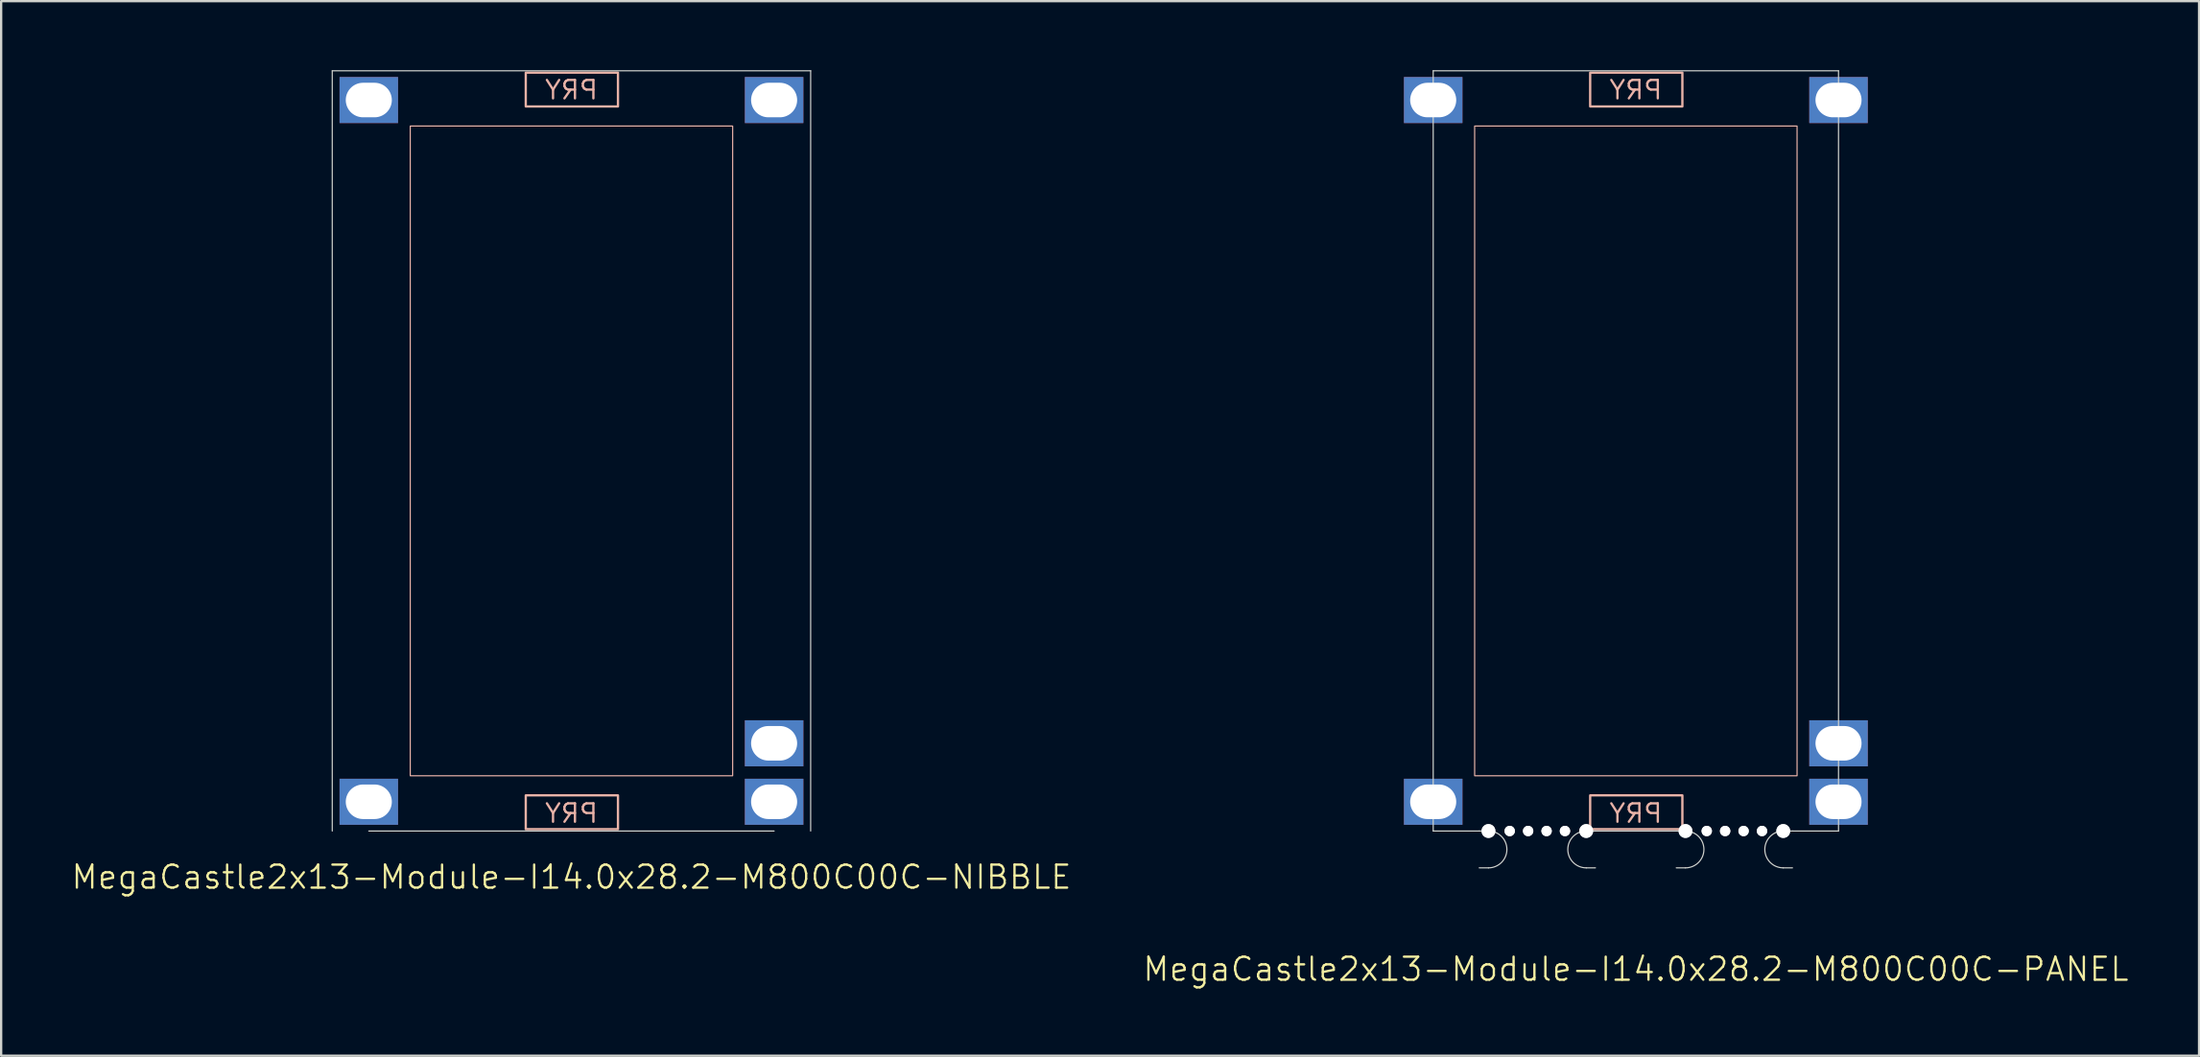
<source format=kicad_pcb>
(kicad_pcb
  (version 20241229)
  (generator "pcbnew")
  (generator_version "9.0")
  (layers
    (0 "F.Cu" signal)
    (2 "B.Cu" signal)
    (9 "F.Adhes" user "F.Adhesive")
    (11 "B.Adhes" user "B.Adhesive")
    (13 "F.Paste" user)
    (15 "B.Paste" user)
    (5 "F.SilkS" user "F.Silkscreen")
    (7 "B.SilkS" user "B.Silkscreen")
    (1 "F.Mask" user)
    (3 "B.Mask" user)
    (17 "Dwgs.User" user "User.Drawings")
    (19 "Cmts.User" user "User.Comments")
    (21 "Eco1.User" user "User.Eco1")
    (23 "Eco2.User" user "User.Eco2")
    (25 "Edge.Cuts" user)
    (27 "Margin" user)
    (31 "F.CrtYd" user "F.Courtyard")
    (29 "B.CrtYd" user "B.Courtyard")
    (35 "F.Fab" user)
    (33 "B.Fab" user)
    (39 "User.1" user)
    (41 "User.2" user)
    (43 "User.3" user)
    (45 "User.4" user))
  (footprint "MegaCastle2x13-Module-I14.0x28.2-M800C00C-PANEL"
    (layer "F.Cu")
    (at 67.983 16.535)
    (property "Reference" "MegaCastle2x13-Module-I14.0x28.2-M800C00C-PANEL" (at 0 22.51 0) (unlocked yes) (layer "F.SilkS") (effects (font (size 1 1) (thickness 0.1))))
    (attr smd)
    (fp_rect (start -7 14.11) (end 7 -14.11) (stroke (width 0.05) (type default)) (fill no) (layer "B.SilkS"))
    (fp_rect (start -1.984 -14.961) (end 2.02 -16.43) (stroke (width 0.1) (type default)) (fill no) (layer "B.SilkS"))
    (fp_rect (start -1.984 14.961) (end 2.02 16.43) (stroke (width 0.1) (type default)) (fill no) (layer "B.SilkS"))
    (fp_line (start -8.8 -16.51) (end -8.8 16.51) (stroke (width 0.05) (type default)) (layer "Edge.Cuts"))
    (fp_line (start -8.8 -16.51) (end 8.8 -16.51) (stroke (width 0.05) (type default)) (layer "Edge.Cuts"))
    (fp_line (start -8.8 16.51) (end -6.8 16.51) (stroke (width 0.05) (type default)) (layer "Edge.Cuts"))
    (fp_line (start -6.8 16.51) (end -6.4 16.51) (stroke (width 0.05) (type default)) (layer "Edge.Cuts"))
    (fp_line (start -6.8 18.11) (end -6.4 18.11) (stroke (width 0.05) (type default)) (layer "Edge.Cuts"))
    (fp_line (start -1.755 16.51) (end -2.155 16.51) (stroke (width 0.05) (type default)) (layer "Edge.Cuts"))
    (fp_line (start -1.755 16.51) (end 1.755 16.51) (stroke (width 0.05) (type default)) (layer "Edge.Cuts"))
    (fp_line (start -1.755 18.11) (end -2.155 18.11) (stroke (width 0.05) (type default)) (layer "Edge.Cuts"))
    (fp_line (start 1.755 16.51) (end 2.155 16.51) (stroke (width 0.05) (type default)) (layer "Edge.Cuts"))
    (fp_line (start 1.755 18.11) (end 2.155 18.11) (stroke (width 0.05) (type default)) (layer "Edge.Cuts"))
    (fp_line (start 6.8 16.51) (end 6.4 16.51) (stroke (width 0.05) (type default)) (layer "Edge.Cuts"))
    (fp_line (start 6.8 16.51) (end 8.8 16.51) (stroke (width 0.05) (type default)) (layer "Edge.Cuts"))
    (fp_line (start 6.8 18.11) (end 6.4 18.11) (stroke (width 0.05) (type default)) (layer "Edge.Cuts"))
    (fp_line (start 8.8 -16.51) (end 8.8 16.51) (stroke (width 0.05) (type default)) (layer "Edge.Cuts"))
    (fp_arc (start -6.4 16.51) (mid -5.6 17.309999) (end -6.4 18.110001) (stroke (width 0.05) (type default)) (layer "Edge.Cuts"))
    (fp_arc (start -2.155 18.110001) (mid -2.955 17.310001) (end -2.155 16.51) (stroke (width 0.05) (type default)) (layer "Edge.Cuts"))
    (fp_arc (start 2.155 16.51) (mid 2.955 17.309999) (end 2.155 18.110001) (stroke (width 0.05) (type default)) (layer "Edge.Cuts"))
    (fp_arc (start 6.400001 18.110001) (mid 5.599999 17.31) (end 6.400001 16.51) (stroke (width 0.05) (type default)) (layer "Edge.Cuts"))
    (fp_text user "PRY" (at 0 -15.21 0) (unlocked yes) (layer "B.SilkS") (effects (font (size 0.8 0.8) (thickness 0.1)) (justify bottom mirror)))
    (fp_text user "PRY" (at 0 16.21 0) (unlocked yes) (layer "B.SilkS") (effects (font (size 0.8 0.8) (thickness 0.1)) (justify bottom mirror)))
    (pad "" np_thru_hole circle (at -6.4 16.51) (size 0.6 0.6) (drill 0.6) (layers "*.Cu" "Edge.Cuts"))
    (pad "" np_thru_hole circle (at -5.478 16.51) (size 0.45 0.45) (drill 0.45) (layers "*.Cu" "Edge.Cuts"))
    (pad "" np_thru_hole circle (at -4.678 16.51) (size 0.45 0.45) (drill 0.45) (layers "*.Cu" "Edge.Cuts"))
    (pad "" np_thru_hole circle (at -3.877 16.51) (size 0.45 0.45) (drill 0.45) (layers "*.Cu" "Edge.Cuts"))
    (pad "" np_thru_hole circle (at -3.078 16.51) (size 0.45 0.45) (drill 0.45) (layers "*.Cu" "Edge.Cuts"))
    (pad "" np_thru_hole circle (at -2.155 16.51) (size 0.6 0.6) (drill 0.6) (layers "*.Cu" "Edge.Cuts"))
    (pad "" np_thru_hole circle (at 2.155 16.51) (size 0.6 0.6) (drill 0.6) (layers "*.Cu" "Edge.Cuts"))
    (pad "" np_thru_hole circle (at 3.078 16.51) (size 0.45 0.45) (drill 0.45) (layers "*.Cu" "Edge.Cuts"))
    (pad "" np_thru_hole circle (at 3.877 16.51) (size 0.45 0.45) (drill 0.45) (layers "*.Cu" "Edge.Cuts"))
    (pad "" np_thru_hole circle (at 4.678 16.51) (size 0.45 0.45) (drill 0.45) (layers "*.Cu" "Edge.Cuts"))
    (pad "" np_thru_hole circle (at 5.478 16.51) (size 0.45 0.45) (drill 0.45) (layers "*.Cu" "Edge.Cuts"))
    (pad "" np_thru_hole circle (at 6.4 16.51) (size 0.6 0.6) (drill 0.6) (layers "*.Cu" "Edge.Cuts"))
    (pad "1" thru_hole rect (at -8.8 -15.24) (size 2.54 2) (drill oval 2 1.5) (property pad_prop_castellated) (layers "*.Cu" "*.Mask"))
    (pad "13" thru_hole rect (at -8.8 15.24) (size 2.54 2) (drill oval 2 1.5) (property pad_prop_castellated) (layers "*.Cu" "*.Mask"))
    (pad "14" thru_hole rect (at 8.8 -15.24) (size 2.54 2) (drill oval 2 1.5) (property pad_prop_castellated) (layers "*.Cu" "*.Mask"))
    (pad "25" thru_hole rect (at 8.8 12.7) (size 2.54 2) (drill oval 2 1.5) (property pad_prop_castellated) (layers "*.Cu" "*.Mask"))
    (pad "26" thru_hole rect (at 8.8 15.24) (size 2.54 2) (drill oval 2 1.5) (property pad_prop_castellated) (layers "*.Cu" "*.Mask"))
    (zone (net_name "") (layer "B.Cu") (hatch edge 0.5) (connect_pads) (min_thickness 0.25) (filled_areas_thickness no) (keepout (tracks allowed) (vias allowed) (pads allowed) (copperpour allowed) (footprints not_allowed)) (placement (enabled no)) (fill) (polygon (pts (xy 59.183 33.045) (xy 59.183 0.025) (xy 60.983 0.025) (xy 60.983 33.045))))
    (zone (net_name "") (layer "B.Cu") (hatch edge 0.5) (connect_pads) (min_thickness 0.25) (filled_areas_thickness no) (keepout (tracks allowed) (vias allowed) (pads allowed) (copperpour allowed) (footprints not_allowed)) (placement (enabled no)) (fill) (polygon (pts (xy 60.983 0.025) (xy 60.983 2.425) (xy 74.983 2.425) (xy 74.983 0.025))))
    (zone (net_name "") (layer "B.Cu") (hatch edge 0.5) (connect_pads) (min_thickness 0.25) (filled_areas_thickness no) (keepout (tracks allowed) (vias allowed) (pads allowed) (copperpour allowed) (footprints not_allowed)) (placement (enabled no)) (fill) (polygon (pts (xy 60.983 33.045) (xy 60.983 30.645) (xy 74.983 30.645) (xy 74.983 33.045))))
    (zone (net_name "") (layer "B.Cu") (name "Upper Pry Zone") (hatch edge 0.5) (connect_pads) (min_thickness 0.25) (filled_areas_thickness no) (keepout (tracks not_allowed) (vias not_allowed) (pads not_allowed) (copperpour allowed) (footprints not_allowed)) (placement (enabled no)) (fill) (polygon (pts (xy 65.999 1.574) (xy 65.999 0.105) (xy 70.003 0.105) (xy 70.003 1.574))))
    (zone (net_name "") (layer "B.Cu") (name "Upper Pry Zone") (hatch edge 0.5) (connect_pads) (min_thickness 0.25) (filled_areas_thickness no) (keepout (tracks not_allowed) (vias not_allowed) (pads not_allowed) (copperpour allowed) (footprints not_allowed)) (placement (enabled no)) (fill) (polygon (pts (xy 65.999 31.496) (xy 65.999 32.965) (xy 70.003 32.965) (xy 70.003 31.496))))
    (zone (net_name "") (layer "B.Cu") (hatch edge 0.5) (connect_pads) (min_thickness 0.25) (filled_areas_thickness no) (keepout (tracks allowed) (vias allowed) (pads allowed) (copperpour allowed) (footprints not_allowed)) (placement (enabled no)) (fill) (polygon (pts (xy 76.783 33.045) (xy 76.783 0.025) (xy 74.983 0.025) (xy 74.983 33.045)))))
  (footprint "MegaCastle2x13-Module-I14.0x28.2-M800C00C-NIBBLE"
    (layer "F.Cu")
    (at 21.764 16.535)
    (property "Reference" "MegaCastle2x13-Module-I14.0x28.2-M800C00C-NIBBLE" (at 0 18.51 0) (unlocked yes) (layer "F.SilkS") (effects (font (size 1 1) (thickness 0.1))))
    (attr smd)
    (fp_rect (start -7 14.11) (end 7 -14.11) (stroke (width 0.05) (type default)) (fill no) (layer "B.SilkS"))
    (fp_rect (start -1.984 -14.961) (end 2.02 -16.43) (stroke (width 0.1) (type default)) (fill no) (layer "B.SilkS"))
    (fp_rect (start -1.984 14.961) (end 2.02 16.43) (stroke (width 0.1) (type default)) (fill no) (layer "B.SilkS"))
    (fp_line (start -10.387 -16.51) (end -10.387 16.51) (stroke (width 0.05) (type default)) (layer "Edge.Cuts"))
    (fp_line (start -10.387 -16.51) (end 10.387 -16.51) (stroke (width 0.05) (type default)) (layer "Edge.Cuts"))
    (fp_line (start -8.8 16.51) (end 8.8 16.51) (stroke (width 0.05) (type default)) (layer "Edge.Cuts"))
    (fp_line (start 10.387 -16.51) (end 10.387 16.51) (stroke (width 0.05) (type default)) (layer "Edge.Cuts"))
    (fp_text user "PRY" (at 0 16.21 0) (unlocked yes) (layer "B.SilkS") (effects (font (size 0.8 0.8) (thickness 0.1)) (justify bottom mirror)))
    (fp_text user "PRY" (at 0 -15.21 0) (unlocked yes) (layer "B.SilkS") (effects (font (size 0.8 0.8) (thickness 0.1)) (justify bottom mirror)))
    (pad "1" thru_hole rect (at -8.8 -15.24) (size 2.54 2) (drill oval 2 1.5) (property pad_prop_castellated) (layers "*.Cu" "*.Mask"))
    (pad "13" thru_hole rect (at -8.8 15.24) (size 2.54 2) (drill oval 2 1.5) (property pad_prop_castellated) (layers "*.Cu" "*.Mask"))
    (pad "14" thru_hole rect (at 8.8 -15.24) (size 2.54 2) (drill oval 2 1.5) (property pad_prop_castellated) (layers "*.Cu" "*.Mask"))
    (pad "25" thru_hole rect (at 8.8 12.7) (size 2.54 2) (drill oval 2 1.5) (property pad_prop_castellated) (layers "*.Cu" "*.Mask"))
    (pad "26" thru_hole rect (at 8.8 15.24) (size 2.54 2) (drill oval 2 1.5) (property pad_prop_castellated) (layers "*.Cu" "*.Mask"))
    (zone (net_name "") (layer "B.Cu") (hatch edge 0.5) (connect_pads) (min_thickness 0.25) (filled_areas_thickness no) (keepout (tracks allowed) (vias allowed) (pads allowed) (copperpour allowed) (footprints not_allowed)) (placement (enabled no)) (fill) (polygon (pts (xy 12.964 33.045) (xy 12.964 0.025) (xy 14.764 0.025) (xy 14.764 33.045))))
    (zone (net_name "") (layer "B.Cu") (hatch edge 0.5) (connect_pads) (min_thickness 0.25) (filled_areas_thickness no) (keepout (tracks allowed) (vias allowed) (pads allowed) (copperpour allowed) (footprints not_allowed)) (placement (enabled no)) (fill) (polygon (pts (xy 14.764 0.025) (xy 14.764 2.425) (xy 28.764 2.425) (xy 28.764 0.025))))
    (zone (net_name "") (layer "B.Cu") (hatch edge 0.5) (connect_pads) (min_thickness 0.25) (filled_areas_thickness no) (keepout (tracks allowed) (vias allowed) (pads allowed) (copperpour allowed) (footprints not_allowed)) (placement (enabled no)) (fill) (polygon (pts (xy 14.764 33.045) (xy 14.764 30.645) (xy 28.764 30.645) (xy 28.764 33.045))))
    (zone (net_name "") (layer "B.Cu") (name "Upper Pry Zone") (hatch edge 0.5) (connect_pads) (min_thickness 0.25) (filled_areas_thickness no) (keepout (tracks not_allowed) (vias not_allowed) (pads not_allowed) (copperpour allowed) (footprints not_allowed)) (placement (enabled no)) (fill) (polygon (pts (xy 19.78 1.574) (xy 19.78 0.105) (xy 23.784 0.105) (xy 23.784 1.574))))
    (zone (net_name "") (layer "B.Cu") (name "Upper Pry Zone") (hatch edge 0.5) (connect_pads) (min_thickness 0.25) (filled_areas_thickness no) (keepout (tracks not_allowed) (vias not_allowed) (pads not_allowed) (copperpour allowed) (footprints not_allowed)) (placement (enabled no)) (fill) (polygon (pts (xy 19.78 31.496) (xy 19.78 32.965) (xy 23.784 32.965) (xy 23.784 31.496))))
    (zone (net_name "") (layer "B.Cu") (hatch edge 0.5) (connect_pads) (min_thickness 0.25) (filled_areas_thickness no) (keepout (tracks allowed) (vias allowed) (pads allowed) (copperpour allowed) (footprints not_allowed)) (placement (enabled no)) (fill) (polygon (pts (xy 30.564 33.045) (xy 30.564 0.025) (xy 28.764 0.025) (xy 28.764 33.045)))))
  (gr_rect
    (start -3 -3)
    (end 92.438 42.806)
    (stroke (width 0.1) (type default))
    (fill no)
    (layer "Edge.Cuts")))
</source>
